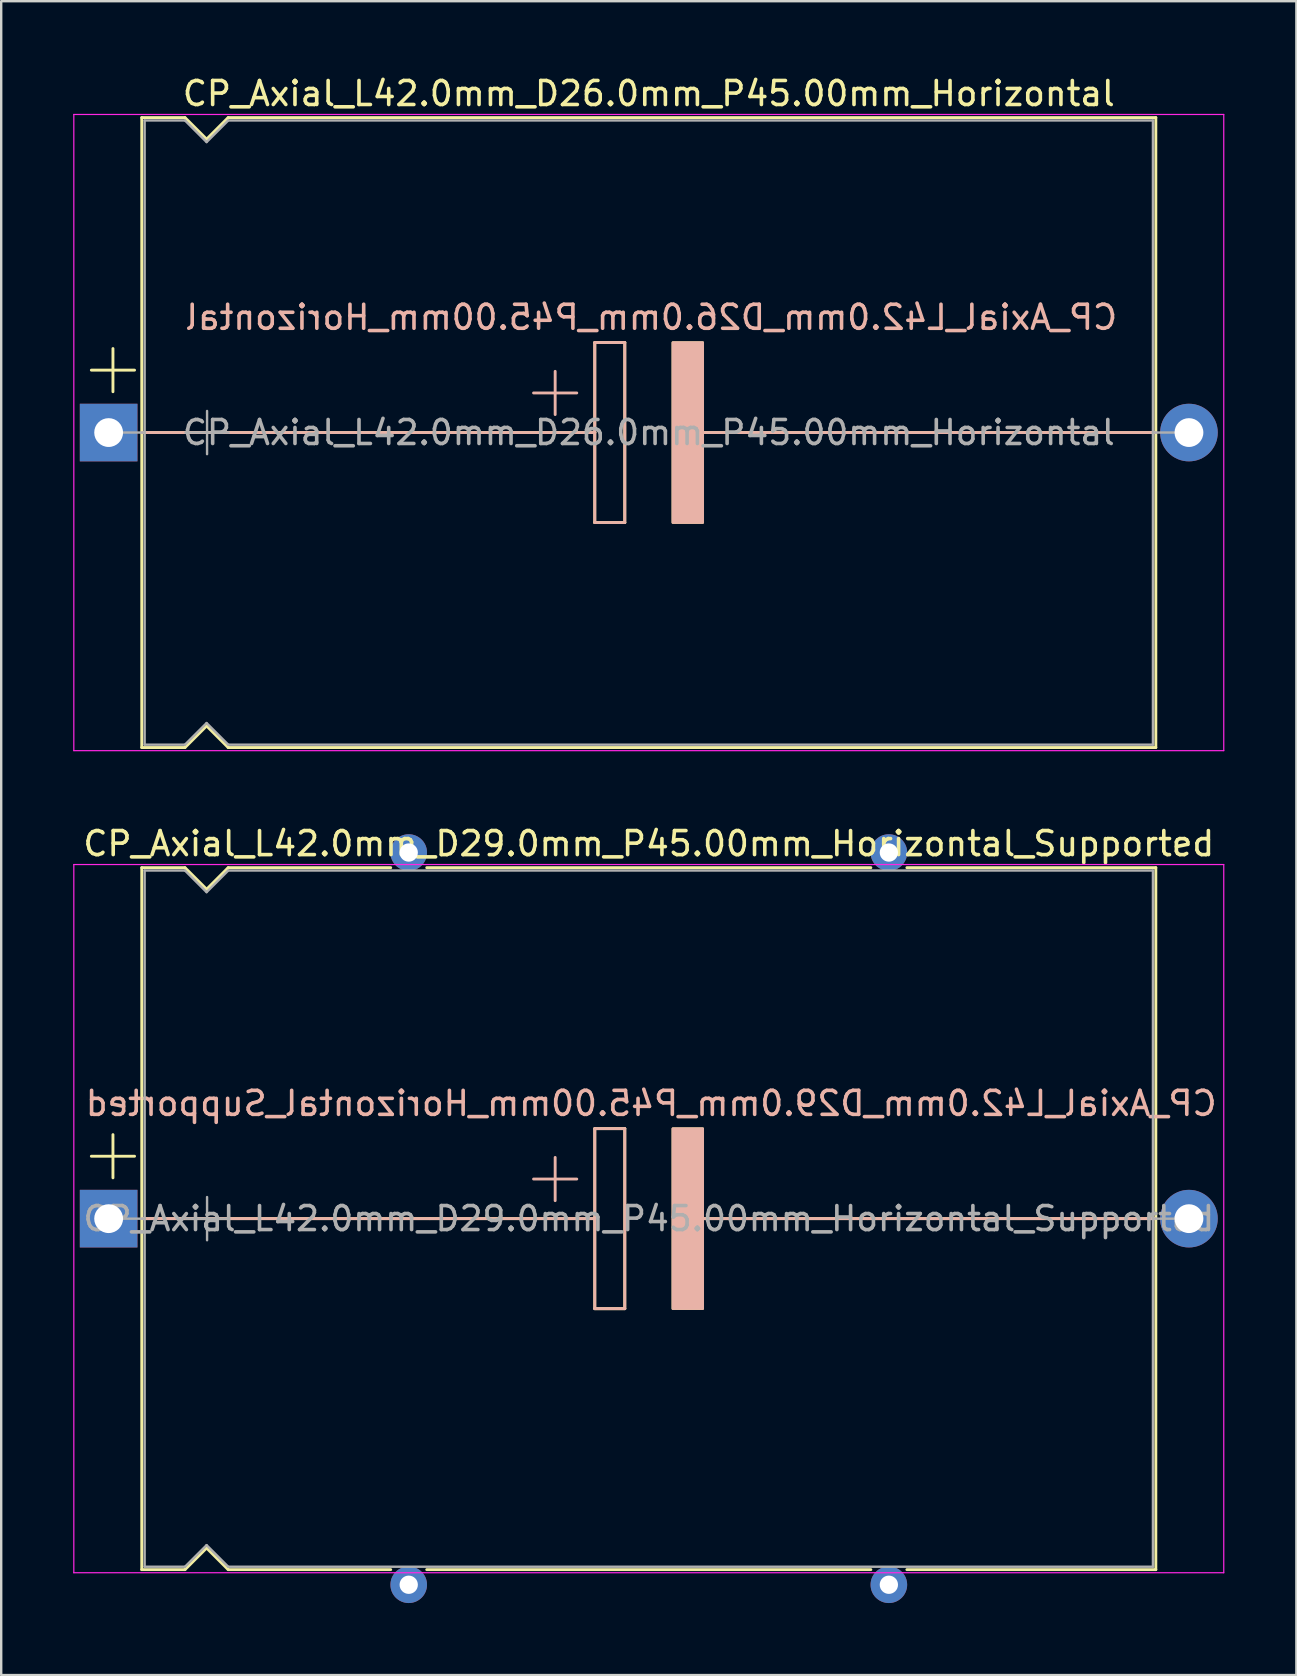
<source format=kicad_pcb>
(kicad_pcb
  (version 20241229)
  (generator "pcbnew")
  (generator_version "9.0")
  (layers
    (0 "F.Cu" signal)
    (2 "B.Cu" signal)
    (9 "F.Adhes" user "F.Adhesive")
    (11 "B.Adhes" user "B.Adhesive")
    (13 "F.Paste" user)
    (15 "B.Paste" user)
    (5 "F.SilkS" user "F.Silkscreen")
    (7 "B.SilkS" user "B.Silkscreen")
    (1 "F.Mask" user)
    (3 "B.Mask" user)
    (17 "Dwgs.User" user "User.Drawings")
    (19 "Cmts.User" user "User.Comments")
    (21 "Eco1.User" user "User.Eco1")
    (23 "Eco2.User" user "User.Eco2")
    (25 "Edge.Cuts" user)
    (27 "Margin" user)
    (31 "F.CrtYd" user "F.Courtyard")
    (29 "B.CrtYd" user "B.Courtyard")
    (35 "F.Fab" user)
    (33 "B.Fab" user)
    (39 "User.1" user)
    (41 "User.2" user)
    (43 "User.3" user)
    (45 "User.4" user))
  (footprint "CP_Axial_L42.0mm_D26.0mm_P45.00mm_Horizontal"
    (layer "F.Cu")
    (at 1.475 14.968)
    (property "Reference" "CP_Axial_L42.0mm_D26.0mm_P45.00mm_Horizontal" (at 22.5 -14.12 0) (layer "F.SilkS") (effects (font (size 1 1) (thickness 0.15))))
    (fp_line (start -0.72 -2.6) (end 1.08 -2.6) (stroke (width 0.12) (type solid)) (layer "F.SilkS"))
    (fp_line (start 0.18 -3.5) (end 0.18 -1.7) (stroke (width 0.12) (type solid)) (layer "F.SilkS"))
    (fp_line (start 1.38 -13.12) (end 1.38 13.12) (stroke (width 0.12) (type solid)) (layer "F.SilkS"))
    (fp_line (start 1.38 -13.12) (end 3.18 -13.12) (stroke (width 0.12) (type solid)) (layer "F.SilkS"))
    (fp_line (start 1.38 13.12) (end 3.18 13.12) (stroke (width 0.12) (type solid)) (layer "F.SilkS"))
    (fp_line (start 1.397 0) (end 20.25 0) (stroke (width 0.12) (type solid)) (layer "F.SilkS"))
    (fp_line (start 3.18 -13.12) (end 4.08 -12.22) (stroke (width 0.12) (type solid)) (layer "F.SilkS"))
    (fp_line (start 3.18 13.12) (end 4.08 12.22) (stroke (width 0.12) (type solid)) (layer "F.SilkS"))
    (fp_line (start 4.08 -12.22) (end 4.98 -13.12) (stroke (width 0.12) (type solid)) (layer "F.SilkS"))
    (fp_line (start 4.08 12.22) (end 4.98 13.12) (stroke (width 0.12) (type solid)) (layer "F.SilkS"))
    (fp_line (start 4.98 -13.12) (end 43.62 -13.12) (stroke (width 0.12) (type solid)) (layer "F.SilkS"))
    (fp_line (start 4.98 13.12) (end 43.62 13.12) (stroke (width 0.12) (type solid)) (layer "F.SilkS"))
    (fp_line (start 20.25 -3.75) (end 21.5 -3.75) (stroke (width 0.12) (type solid)) (layer "F.SilkS"))
    (fp_line (start 20.25 0) (end 20.25 -3.75) (stroke (width 0.12) (type solid)) (layer "F.SilkS"))
    (fp_line (start 20.25 3.75) (end 20.25 0) (stroke (width 0.12) (type solid)) (layer "F.SilkS"))
    (fp_line (start 21.5 -3.75) (end 21.5 3.75) (stroke (width 0.12) (type solid)) (layer "F.SilkS"))
    (fp_line (start 21.5 3.75) (end 20.25 3.75) (stroke (width 0.12) (type solid)) (layer "F.SilkS"))
    (fp_line (start 24.75 0) (end 43.561 0) (stroke (width 0.12) (type solid)) (layer "F.SilkS"))
    (fp_line (start 43.62 -13.12) (end 43.62 13.12) (stroke (width 0.12) (type solid)) (layer "F.SilkS"))
    (fp_poly (pts (xy 24.75 3.75) (xy 23.5 3.75) (xy 23.5 -3.75) (xy 24.75 -3.75)) (stroke (width 0.1) (type solid)) (fill yes) (layer "F.SilkS"))
    (fp_line (start 1.4 0) (end 13.38 0) (stroke (width 0.12) (type solid)) (layer "B.SilkS"))
    (fp_line (start 13.38 0) (end 20.25 0) (stroke (width 0.12) (type solid)) (layer "B.SilkS"))
    (fp_line (start 18.6 -2.55) (end 18.6 -0.75) (stroke (width 0.12) (type solid)) (layer "B.SilkS"))
    (fp_line (start 19.5 -1.65) (end 17.7 -1.65) (stroke (width 0.12) (type solid)) (layer "B.SilkS"))
    (fp_line (start 20.25 -3.75) (end 21.5 -3.75) (stroke (width 0.12) (type solid)) (layer "B.SilkS"))
    (fp_line (start 20.25 0) (end 20.25 -3.75) (stroke (width 0.12) (type solid)) (layer "B.SilkS"))
    (fp_line (start 20.25 3.75) (end 20.25 0) (stroke (width 0.12) (type solid)) (layer "B.SilkS"))
    (fp_line (start 21.5 -3.75) (end 21.5 3.75) (stroke (width 0.12) (type solid)) (layer "B.SilkS"))
    (fp_line (start 21.5 3.75) (end 20.25 3.75) (stroke (width 0.12) (type solid)) (layer "B.SilkS"))
    (fp_line (start 24.75 0) (end 31.62 0) (stroke (width 0.12) (type solid)) (layer "B.SilkS"))
    (fp_line (start 43.6 0) (end 31.62 0) (stroke (width 0.12) (type solid)) (layer "B.SilkS"))
    (fp_poly (pts (xy 24.75 3.75) (xy 23.5 3.75) (xy 23.5 -3.75) (xy 24.75 -3.75)) (stroke (width 0.1) (type solid)) (fill yes) (layer "B.SilkS"))
    (fp_line (start -1.45 -13.25) (end -1.45 13.25) (stroke (width 0.05) (type solid)) (layer "F.CrtYd"))
    (fp_line (start -1.45 13.25) (end 46.45 13.25) (stroke (width 0.05) (type solid)) (layer "F.CrtYd"))
    (fp_line (start 46.45 -13.25) (end -1.45 -13.25) (stroke (width 0.05) (type solid)) (layer "F.CrtYd"))
    (fp_line (start 46.45 13.25) (end 46.45 -13.25) (stroke (width 0.05) (type solid)) (layer "F.CrtYd"))
    (fp_line (start 0 0) (end 1.5 0) (stroke (width 0.1) (type solid)) (layer "F.Fab"))
    (fp_line (start 1.5 -13) (end 1.5 13) (stroke (width 0.1) (type solid)) (layer "F.Fab"))
    (fp_line (start 1.5 -13) (end 3.18 -13) (stroke (width 0.1) (type solid)) (layer "F.Fab"))
    (fp_line (start 1.5 13) (end 3.18 13) (stroke (width 0.1) (type solid)) (layer "F.Fab"))
    (fp_line (start 3.18 -13) (end 4.08 -12.1) (stroke (width 0.1) (type solid)) (layer "F.Fab"))
    (fp_line (start 3.18 13) (end 4.08 12.1) (stroke (width 0.1) (type solid)) (layer "F.Fab"))
    (fp_line (start 3.2 0) (end 5 0) (stroke (width 0.1) (type solid)) (layer "F.Fab"))
    (fp_line (start 4.08 -12.1) (end 4.98 -13) (stroke (width 0.1) (type solid)) (layer "F.Fab"))
    (fp_line (start 4.08 12.1) (end 4.98 13) (stroke (width 0.1) (type solid)) (layer "F.Fab"))
    (fp_line (start 4.1 -0.9) (end 4.1 0.9) (stroke (width 0.1) (type solid)) (layer "F.Fab"))
    (fp_line (start 4.98 -13) (end 43.5 -13) (stroke (width 0.1) (type solid)) (layer "F.Fab"))
    (fp_line (start 4.98 13) (end 43.5 13) (stroke (width 0.1) (type solid)) (layer "F.Fab"))
    (fp_line (start 43.5 -13) (end 43.5 13) (stroke (width 0.1) (type solid)) (layer "F.Fab"))
    (fp_line (start 45 0) (end 43.5 0) (stroke (width 0.1) (type solid)) (layer "F.Fab"))
    (fp_text user "${REFERENCE}" (at 22.6 -4.8 0) (layer "B.SilkS") (effects (font (size 1 1) (thickness 0.15)) (justify mirror)))
    (fp_text user "${REFERENCE}" (at 22.5 0 0) (layer "F.Fab") (effects (font (size 1 1) (thickness 0.15))))
    (pad "1" thru_hole rect (at 0 0) (size 2.4 2.4) (drill 1.2) (layers "*.Cu" "*.Mask"))
    (pad "2" thru_hole oval (at 45 0) (size 2.4 2.4) (drill 1.2) (layers "*.Cu" "*.Mask")))
  (footprint "CP_Axial_L42.0mm_D29.0mm_P45.00mm_Horizontal_Supported"
    (layer "F.Cu")
    (at 1.475 47.712)
    (property "Reference" "CP_Axial_L42.0mm_D29.0mm_P45.00mm_Horizontal_Supported" (at 22.5 -15.62 0) (layer "F.SilkS") (effects (font (size 1 1) (thickness 0.15))))
    (fp_line (start -0.72 -2.6) (end 1.08 -2.6) (stroke (width 0.12) (type solid)) (layer "F.SilkS"))
    (fp_line (start 0.18 -3.5) (end 0.18 -1.7) (stroke (width 0.12) (type solid)) (layer "F.SilkS"))
    (fp_line (start 1.38 -14.62) (end 1.38 14.62) (stroke (width 0.12) (type solid)) (layer "F.SilkS"))
    (fp_line (start 1.38 -14.62) (end 3.18 -14.62) (stroke (width 0.12) (type solid)) (layer "F.SilkS"))
    (fp_line (start 1.38 14.62) (end 3.18 14.62) (stroke (width 0.12) (type solid)) (layer "F.SilkS"))
    (fp_line (start 1.397 0) (end 20.25 0) (stroke (width 0.12) (type solid)) (layer "F.SilkS"))
    (fp_line (start 3.18 -14.62) (end 4.08 -13.72) (stroke (width 0.12) (type solid)) (layer "F.SilkS"))
    (fp_line (start 3.18 14.62) (end 4.08 13.72) (stroke (width 0.12) (type solid)) (layer "F.SilkS"))
    (fp_line (start 4.08 -13.72) (end 4.98 -14.62) (stroke (width 0.12) (type solid)) (layer "F.SilkS"))
    (fp_line (start 4.08 13.72) (end 4.98 14.62) (stroke (width 0.12) (type solid)) (layer "F.SilkS"))
    (fp_line (start 4.98 -14.62) (end 11.75 -14.62) (stroke (width 0.12) (type solid)) (layer "F.SilkS"))
    (fp_line (start 4.98 14.62) (end 11.75 14.62) (stroke (width 0.12) (type solid)) (layer "F.SilkS"))
    (fp_line (start 13.25 -14.62) (end 31.75 -14.62) (stroke (width 0.12) (type solid)) (layer "F.SilkS"))
    (fp_line (start 13.25 14.62) (end 31.75 14.62) (stroke (width 0.12) (type solid)) (layer "F.SilkS"))
    (fp_line (start 20.25 -3.75) (end 21.5 -3.75) (stroke (width 0.12) (type solid)) (layer "F.SilkS"))
    (fp_line (start 20.25 0) (end 20.25 -3.75) (stroke (width 0.12) (type solid)) (layer "F.SilkS"))
    (fp_line (start 20.25 3.75) (end 20.25 0) (stroke (width 0.12) (type solid)) (layer "F.SilkS"))
    (fp_line (start 21.5 -3.75) (end 21.5 3.75) (stroke (width 0.12) (type solid)) (layer "F.SilkS"))
    (fp_line (start 21.5 3.75) (end 20.25 3.75) (stroke (width 0.12) (type solid)) (layer "F.SilkS"))
    (fp_line (start 24.75 0) (end 43.561 0) (stroke (width 0.12) (type solid)) (layer "F.SilkS"))
    (fp_line (start 33.25 -14.62) (end 43.62 -14.62) (stroke (width 0.12) (type solid)) (layer "F.SilkS"))
    (fp_line (start 33.25 14.62) (end 43.62 14.62) (stroke (width 0.12) (type solid)) (layer "F.SilkS"))
    (fp_line (start 43.62 -14.62) (end 43.62 14.62) (stroke (width 0.12) (type solid)) (layer "F.SilkS"))
    (fp_poly (pts (xy 24.75 3.75) (xy 23.5 3.75) (xy 23.5 -3.75) (xy 24.75 -3.75)) (stroke (width 0.1) (type solid)) (fill yes) (layer "F.SilkS"))
    (fp_line (start 1.4 0) (end 13.38 0) (stroke (width 0.12) (type solid)) (layer "B.SilkS"))
    (fp_line (start 13.38 0) (end 20.25 0) (stroke (width 0.12) (type solid)) (layer "B.SilkS"))
    (fp_line (start 18.6 -2.55) (end 18.6 -0.75) (stroke (width 0.12) (type solid)) (layer "B.SilkS"))
    (fp_line (start 19.5 -1.65) (end 17.7 -1.65) (stroke (width 0.12) (type solid)) (layer "B.SilkS"))
    (fp_line (start 20.25 -3.75) (end 21.5 -3.75) (stroke (width 0.12) (type solid)) (layer "B.SilkS"))
    (fp_line (start 20.25 0) (end 20.25 -3.75) (stroke (width 0.12) (type solid)) (layer "B.SilkS"))
    (fp_line (start 20.25 3.75) (end 20.25 0) (stroke (width 0.12) (type solid)) (layer "B.SilkS"))
    (fp_line (start 21.5 -3.75) (end 21.5 3.75) (stroke (width 0.12) (type solid)) (layer "B.SilkS"))
    (fp_line (start 21.5 3.75) (end 20.25 3.75) (stroke (width 0.12) (type solid)) (layer "B.SilkS"))
    (fp_line (start 24.75 0) (end 31.62 0) (stroke (width 0.12) (type solid)) (layer "B.SilkS"))
    (fp_line (start 43.6 0) (end 31.62 0) (stroke (width 0.12) (type solid)) (layer "B.SilkS"))
    (fp_poly (pts (xy 24.75 3.75) (xy 23.5 3.75) (xy 23.5 -3.75) (xy 24.75 -3.75)) (stroke (width 0.1) (type solid)) (fill yes) (layer "B.SilkS"))
    (fp_line (start -1.45 -14.75) (end -1.45 14.75) (stroke (width 0.05) (type solid)) (layer "F.CrtYd"))
    (fp_line (start -1.45 14.75) (end 46.45 14.75) (stroke (width 0.05) (type solid)) (layer "F.CrtYd"))
    (fp_line (start 46.45 -14.75) (end -1.45 -14.75) (stroke (width 0.05) (type solid)) (layer "F.CrtYd"))
    (fp_line (start 46.45 14.75) (end 46.45 -14.75) (stroke (width 0.05) (type solid)) (layer "F.CrtYd"))
    (fp_line (start 0 0) (end 1.5 0) (stroke (width 0.1) (type solid)) (layer "F.Fab"))
    (fp_line (start 1.5 -14.5) (end 1.5 14.5) (stroke (width 0.1) (type solid)) (layer "F.Fab"))
    (fp_line (start 1.5 -14.5) (end 3.18 -14.5) (stroke (width 0.1) (type solid)) (layer "F.Fab"))
    (fp_line (start 1.5 14.5) (end 3.18 14.5) (stroke (width 0.1) (type solid)) (layer "F.Fab"))
    (fp_line (start 3.18 -14.5) (end 4.08 -13.6) (stroke (width 0.1) (type solid)) (layer "F.Fab"))
    (fp_line (start 3.18 14.5) (end 4.08 13.6) (stroke (width 0.1) (type solid)) (layer "F.Fab"))
    (fp_line (start 3.2 0) (end 5 0) (stroke (width 0.1) (type solid)) (layer "F.Fab"))
    (fp_line (start 4.08 -13.6) (end 4.98 -14.5) (stroke (width 0.1) (type solid)) (layer "F.Fab"))
    (fp_line (start 4.08 13.6) (end 4.98 14.5) (stroke (width 0.1) (type solid)) (layer "F.Fab"))
    (fp_line (start 4.1 -0.9) (end 4.1 0.9) (stroke (width 0.1) (type solid)) (layer "F.Fab"))
    (fp_line (start 4.98 -14.5) (end 43.5 -14.5) (stroke (width 0.1) (type solid)) (layer "F.Fab"))
    (fp_line (start 4.98 14.5) (end 43.5 14.5) (stroke (width 0.1) (type solid)) (layer "F.Fab"))
    (fp_line (start 43.5 -14.5) (end 43.5 14.5) (stroke (width 0.1) (type solid)) (layer "F.Fab"))
    (fp_line (start 45 0) (end 43.5 0) (stroke (width 0.1) (type solid)) (layer "F.Fab"))
    (fp_text user "${REFERENCE}" (at 22.6 -4.8 0) (layer "B.SilkS") (effects (font (size 1 1) (thickness 0.15)) (justify mirror)))
    (fp_text user "${REFERENCE}" (at 22.5 0 0) (layer "F.Fab") (effects (font (size 1 1) (thickness 0.15))))
    (pad "" thru_hole circle (at 12.5 -15.25) (size 1.524 1.524) (drill 0.762) (layers "*.Cu" "*.Mask"))
    (pad "" thru_hole circle (at 12.5 15.25) (size 1.524 1.524) (drill 0.762) (layers "*.Cu" "*.Mask"))
    (pad "" thru_hole circle (at 32.5 -15.25) (size 1.524 1.524) (drill 0.762) (layers "*.Cu" "*.Mask"))
    (pad "" thru_hole circle (at 32.5 15.25) (size 1.524 1.524) (drill 0.762) (layers "*.Cu" "*.Mask"))
    (pad "1" thru_hole rect (at 0 0) (size 2.4 2.4) (drill 1.2) (layers "*.Cu" "*.Mask"))
    (pad "2" thru_hole oval (at 45 0) (size 2.4 2.4) (drill 1.2) (layers "*.Cu" "*.Mask")))
  (gr_rect
    (start -3 -3)
    (end 50.95 66.724)
    (stroke (width 0.1) (type default))
    (fill no)
    (layer "Edge.Cuts")))
</source>
